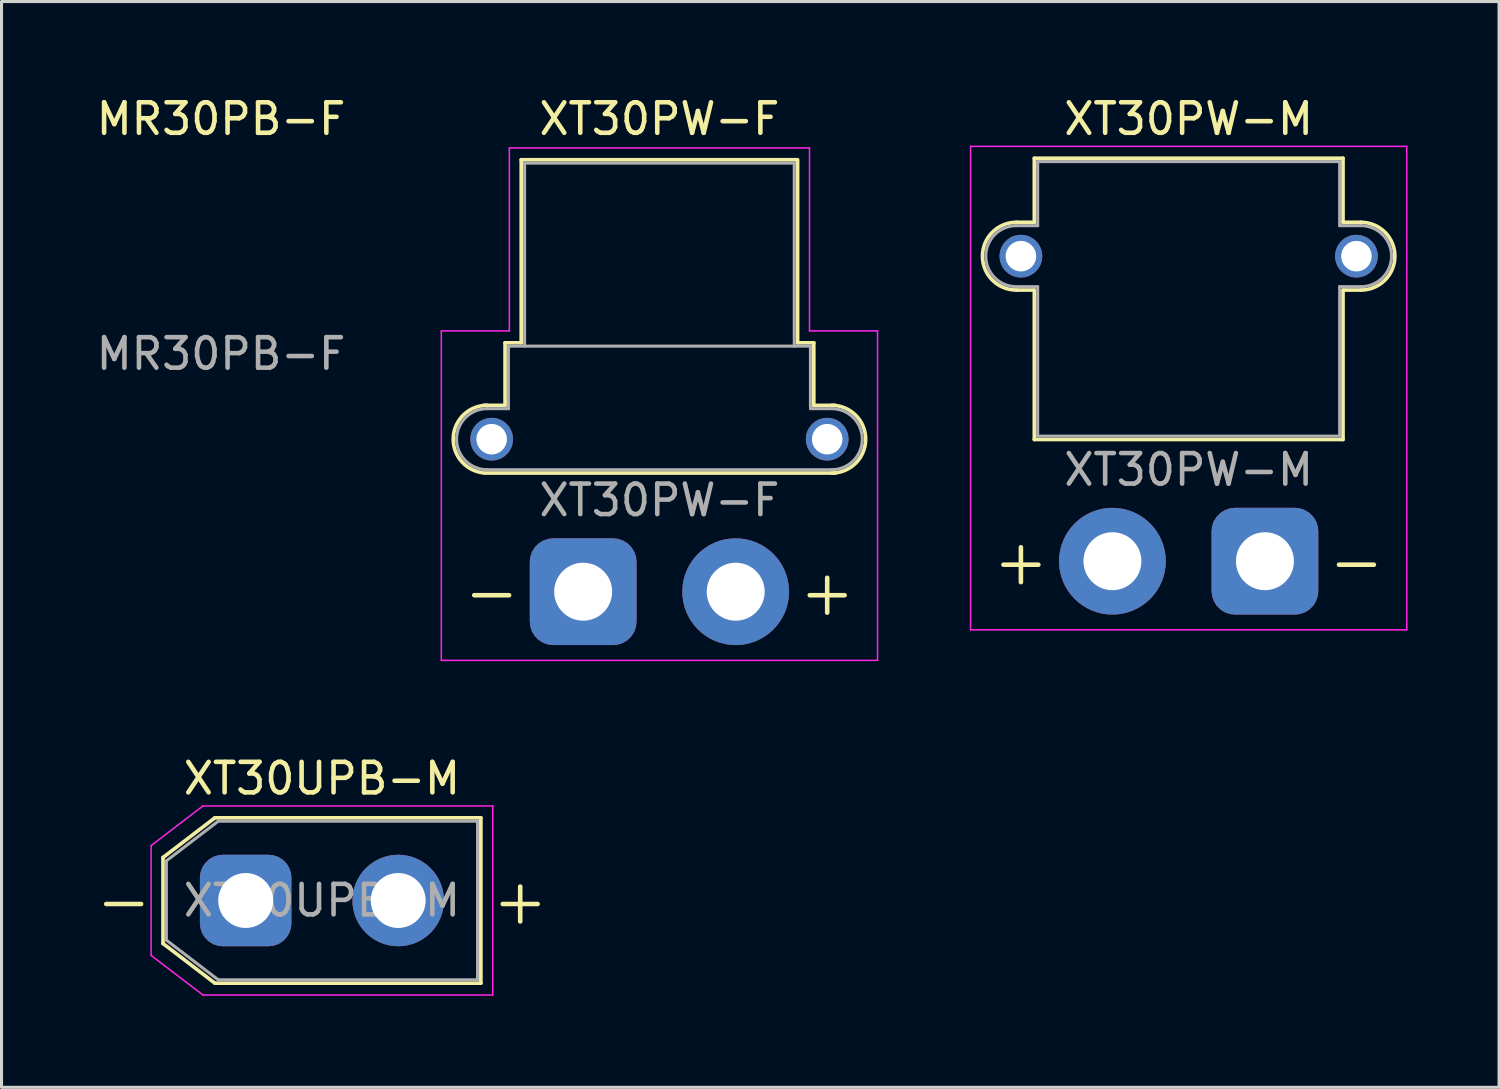
<source format=kicad_pcb>
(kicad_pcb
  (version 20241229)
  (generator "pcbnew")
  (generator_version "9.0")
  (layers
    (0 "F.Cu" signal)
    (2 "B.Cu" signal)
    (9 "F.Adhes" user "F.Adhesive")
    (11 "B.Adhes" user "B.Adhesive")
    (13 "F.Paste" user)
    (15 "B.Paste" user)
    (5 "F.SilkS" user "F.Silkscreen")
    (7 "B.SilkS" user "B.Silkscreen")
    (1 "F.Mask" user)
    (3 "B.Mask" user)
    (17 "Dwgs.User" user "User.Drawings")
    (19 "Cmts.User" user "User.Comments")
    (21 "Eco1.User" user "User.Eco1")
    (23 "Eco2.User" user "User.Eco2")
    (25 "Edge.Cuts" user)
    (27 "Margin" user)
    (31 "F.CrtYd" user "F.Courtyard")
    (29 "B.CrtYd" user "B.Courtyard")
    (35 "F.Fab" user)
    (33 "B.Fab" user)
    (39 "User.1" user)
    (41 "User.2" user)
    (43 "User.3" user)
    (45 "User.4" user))
  (footprint "MR30PB-F"
    (layer "F.Cu")
    (at 4.196 5.648)
    (property "Reference" "MR30PB-F" (at 0 -4.8 0) (unlocked yes) (layer "F.SilkS") (effects (font (size 1 1) (thickness 0.15))))
    (attr through_hole)
    (fp_text user "${REFERENCE}" (at 0 2.9 0) (unlocked yes) (layer "F.Fab") (effects (font (size 1 1) (thickness 0.15)))))
  (footprint "XT30PW-F"
    (layer "F.Cu")
    (at 16.068 16.348)
    (property "Reference" "XT30PW-F" (at 2.5 -15.5 0) (layer "F.SilkS") (effects (font (size 1 1) (thickness 0.15))))
    (attr through_hole)
    (fp_line (start -3.26 -6.11) (end -2.56 -6.11) (stroke (width 0.12) (type solid)) (layer "F.SilkS"))
    (fp_line (start -3.26 -3.89) (end 8.26 -3.89) (stroke (width 0.12) (type solid)) (layer "F.SilkS"))
    (fp_line (start -2.56 -8.16) (end -2.56 -6.11) (stroke (width 0.12) (type solid)) (layer "F.SilkS"))
    (fp_line (start -2.56 -8.16) (end -2.03 -8.16) (stroke (width 0.12) (type solid)) (layer "F.SilkS"))
    (fp_line (start -2.03 -14.16) (end -2.03 -8.16) (stroke (width 0.12) (type solid)) (layer "F.SilkS"))
    (fp_line (start -2.03 -14.16) (end 7 -14.16) (stroke (width 0.12) (type solid)) (layer "F.SilkS"))
    (fp_line (start 7.03 -14.16) (end 7.03 -8.16) (stroke (width 0.12) (type solid)) (layer "F.SilkS"))
    (fp_line (start 7.03 -8.16) (end 7.56 -8.16) (stroke (width 0.12) (type solid)) (layer "F.SilkS"))
    (fp_line (start 7.56 -8.16) (end 7.56 -6.11) (stroke (width 0.12) (type solid)) (layer "F.SilkS"))
    (fp_line (start 7.56 -6.11) (end 8.26 -6.11) (stroke (width 0.12) (type solid)) (layer "F.SilkS"))
    (fp_arc (start -3.321729 -3.903365) (mid -4.256653 -5.086124) (end -3.15 -6.11) (stroke (width 0.12) (type solid)) (layer "F.SilkS"))
    (fp_arc (start 8.15 -6.11) (mid 9.26 -5) (end 8.15 -3.89) (stroke (width 0.12) (type solid)) (layer "F.SilkS"))
    (fp_line (start -4.65 -8.55) (end -4.65 2.25) (stroke (width 0.05) (type solid)) (layer "F.CrtYd"))
    (fp_line (start -4.65 -8.55) (end -2.42 -8.55) (stroke (width 0.05) (type solid)) (layer "F.CrtYd"))
    (fp_line (start -4.65 2.25) (end 9.65 2.25) (stroke (width 0.05) (type solid)) (layer "F.CrtYd"))
    (fp_line (start -2.42 -14.55) (end -2.42 -8.55) (stroke (width 0.05) (type solid)) (layer "F.CrtYd"))
    (fp_line (start -2.42 -14.55) (end 7.42 -14.55) (stroke (width 0.05) (type solid)) (layer "F.CrtYd"))
    (fp_line (start 7.42 -14.55) (end 7.42 -8.55) (stroke (width 0.05) (type solid)) (layer "F.CrtYd"))
    (fp_line (start 7.42 -8.55) (end 9.65 -8.55) (stroke (width 0.05) (type solid)) (layer "F.CrtYd"))
    (fp_line (start 9.65 -8.55) (end 9.65 2.25) (stroke (width 0.05) (type solid)) (layer "F.CrtYd"))
    (fp_line (start -3.15 -6) (end -2.45 -6) (stroke (width 0.1) (type solid)) (layer "F.Fab"))
    (fp_line (start -3.15 -4) (end 8.15 -4) (stroke (width 0.1) (type solid)) (layer "F.Fab"))
    (fp_line (start -2.45 -8.05) (end -2.45 -6) (stroke (width 0.1) (type solid)) (layer "F.Fab"))
    (fp_line (start -2.45 -8.05) (end 7.45 -8.05) (stroke (width 0.1) (type solid)) (layer "F.Fab"))
    (fp_line (start -1.92 -14.05) (end -1.92 -8.05) (stroke (width 0.1) (type solid)) (layer "F.Fab"))
    (fp_line (start -1.92 -14.05) (end 6.92 -14.05) (stroke (width 0.1) (type solid)) (layer "F.Fab"))
    (fp_line (start 6.92 -14.05) (end 6.92 -8.05) (stroke (width 0.1) (type solid)) (layer "F.Fab"))
    (fp_line (start 7.45 -8.05) (end 7.45 -6.05) (stroke (width 0.1) (type solid)) (layer "F.Fab"))
    (fp_line (start 7.45 -6) (end 8.15 -6) (stroke (width 0.1) (type solid)) (layer "F.Fab"))
    (fp_arc (start -3.15 -4) (mid -4.15 -5) (end -3.15 -6) (stroke (width 0.1) (type solid)) (layer "F.Fab"))
    (fp_arc (start 8.15 -6) (mid 9.15 -5) (end 8.15 -4) (stroke (width 0.1) (type solid)) (layer "F.Fab"))
    (fp_text user "-" (at -3 0 0) (layer "F.SilkS") (effects (font (size 1.5 1.5) (thickness 0.15))))
    (fp_text user "+" (at 8 0 0) (layer "F.SilkS") (effects (font (size 1.5 1.5) (thickness 0.15))))
    (fp_text user "${REFERENCE}" (at 2.5 -3 0) (layer "F.Fab") (effects (font (size 1 1) (thickness 0.15))))
    (pad "" thru_hole circle (at -3 -5 90) (size 1.4 1.4) (drill 1) (layers "*.Cu" "*.Mask") (remove_unused_layers yes) (keep_end_layers yes) (zone_layer_connections))
    (pad "" thru_hole circle (at 8 -5) (size 1.4 1.4) (drill 1) (layers "*.Cu" "*.Mask") (remove_unused_layers yes) (keep_end_layers yes) (zone_layer_connections))
    (pad "1" thru_hole roundrect (at 0 0) (size 3.5 3.5) (drill 1.9) (layers "*.Cu" "*.Mask") (remove_unused_layers yes) (keep_end_layers yes) (zone_layer_connections) (roundrect_rratio 0.22))
    (pad "2" thru_hole circle (at 5 0) (size 3.5 3.5) (drill 1.9) (layers "*.Cu" "*.Mask") (remove_unused_layers yes) (keep_end_layers yes) (zone_layer_connections)))
  (footprint "XT30PW-M"
    (layer "F.Cu")
    (at 38.418 15.348)
    (property "Reference" "XT30PW-M" (at -2.5 -14.5 0) (layer "F.SilkS") (effects (font (size 1 1) (thickness 0.15))))
    (attr through_hole)
    (fp_line (start -8.15 -11.11) (end -7.56 -11.11) (stroke (width 0.12) (type solid)) (layer "F.SilkS"))
    (fp_line (start -8.15 -8.89) (end -7.56 -8.89) (stroke (width 0.12) (type solid)) (layer "F.SilkS"))
    (fp_line (start -7.56 -13.21) (end -7.56 -11.11) (stroke (width 0.12) (type solid)) (layer "F.SilkS"))
    (fp_line (start -7.56 -13.21) (end 2.56 -13.21) (stroke (width 0.12) (type solid)) (layer "F.SilkS"))
    (fp_line (start -7.56 -8.89) (end -7.56 -3.99) (stroke (width 0.12) (type solid)) (layer "F.SilkS"))
    (fp_line (start -7.56 -3.99) (end 2.56 -3.99) (stroke (width 0.12) (type solid)) (layer "F.SilkS"))
    (fp_line (start 2.56 -13.21) (end 2.56 -11.11) (stroke (width 0.12) (type solid)) (layer "F.SilkS"))
    (fp_line (start 2.56 -11.11) (end 3.15 -11.11) (stroke (width 0.12) (type solid)) (layer "F.SilkS"))
    (fp_line (start 2.56 -8.89) (end 2.56 -3.99) (stroke (width 0.12) (type solid)) (layer "F.SilkS"))
    (fp_line (start 2.56 -8.89) (end 3.15 -8.89) (stroke (width 0.12) (type solid)) (layer "F.SilkS"))
    (fp_arc (start -8.15 -8.89) (mid -9.26 -10) (end -8.15 -11.11) (stroke (width 0.12) (type solid)) (layer "F.SilkS"))
    (fp_arc (start 3.15 -11.11) (mid 4.26 -10) (end 3.15 -8.89) (stroke (width 0.12) (type solid)) (layer "F.SilkS"))
    (fp_line (start -9.65 -13.6) (end -9.65 2.25) (stroke (width 0.05) (type solid)) (layer "F.CrtYd"))
    (fp_line (start -9.65 -13.6) (end 4.65 -13.6) (stroke (width 0.05) (type solid)) (layer "F.CrtYd"))
    (fp_line (start -9.65 2.25) (end 4.65 2.25) (stroke (width 0.05) (type solid)) (layer "F.CrtYd"))
    (fp_line (start 4.65 -13.6) (end 4.65 2.25) (stroke (width 0.05) (type solid)) (layer "F.CrtYd"))
    (fp_line (start -8.15 -11) (end -7.45 -11) (stroke (width 0.1) (type solid)) (layer "F.Fab"))
    (fp_line (start -8.15 -9) (end -7.45 -9) (stroke (width 0.1) (type solid)) (layer "F.Fab"))
    (fp_line (start -7.45 -13.1) (end -7.45 -11) (stroke (width 0.1) (type solid)) (layer "F.Fab"))
    (fp_line (start -7.45 -13.1) (end 2.45 -13.1) (stroke (width 0.1) (type solid)) (layer "F.Fab"))
    (fp_line (start -7.45 -9) (end -7.45 -4.1) (stroke (width 0.1) (type solid)) (layer "F.Fab"))
    (fp_line (start -7.45 -4.1) (end 2.45 -4.1) (stroke (width 0.1) (type solid)) (layer "F.Fab"))
    (fp_line (start 2.45 -13.1) (end 2.45 -11) (stroke (width 0.1) (type solid)) (layer "F.Fab"))
    (fp_line (start 2.45 -11) (end 3.15 -11) (stroke (width 0.1) (type solid)) (layer "F.Fab"))
    (fp_line (start 2.45 -9) (end 2.45 -4.1) (stroke (width 0.1) (type solid)) (layer "F.Fab"))
    (fp_line (start 2.45 -9) (end 3.15 -9) (stroke (width 0.1) (type solid)) (layer "F.Fab"))
    (fp_arc (start -8.15 -9) (mid -9.15 -10) (end -8.15 -11) (stroke (width 0.1) (type solid)) (layer "F.Fab"))
    (fp_arc (start 3.15 -11) (mid 4.15 -10) (end 3.15 -9) (stroke (width 0.1) (type solid)) (layer "F.Fab"))
    (fp_text user "-" (at 3 0 0) (layer "F.SilkS") (effects (font (size 1.5 1.5) (thickness 0.15))))
    (fp_text user "+" (at -8 0 0) (layer "F.SilkS") (effects (font (size 1.5 1.5) (thickness 0.15))))
    (fp_text user "${REFERENCE}" (at -2.5 -3 0) (layer "F.Fab") (effects (font (size 1 1) (thickness 0.15))))
    (pad "" thru_hole circle (at -8 -10) (size 1.4 1.4) (drill 1) (layers "*.Cu" "*.Mask") (remove_unused_layers yes) (keep_end_layers yes) (zone_layer_connections))
    (pad "" thru_hole circle (at 3 -10) (size 1.4 1.4) (drill 1) (layers "*.Cu" "*.Mask") (remove_unused_layers yes) (keep_end_layers yes) (zone_layer_connections))
    (pad "1" thru_hole roundrect (at 0 0) (size 3.5 3.5) (drill 1.9) (layers "*.Cu" "*.Mask") (remove_unused_layers yes) (keep_end_layers yes) (zone_layer_connections) (roundrect_rratio 0.22))
    (pad "2" thru_hole circle (at -5 0) (size 3.5 3.5) (drill 1.9) (layers "*.Cu" "*.Mask") (remove_unused_layers yes) (keep_end_layers yes) (zone_layer_connections)))
  (footprint "XT30UPB-M"
    (layer "F.Cu")
    (at 5.004 26.471)
    (property "Reference" "XT30UPB-M" (at 2.5 -4 0) (layer "F.SilkS") (effects (font (size 1 1) (thickness 0.15))))
    (attr through_hole)
    (fp_line (start -2.71 -1.41) (end -2.71 1.41) (stroke (width 0.12) (type solid)) (layer "F.SilkS"))
    (fp_line (start -2.71 -1.41) (end -1.01 -2.71) (stroke (width 0.12) (type solid)) (layer "F.SilkS"))
    (fp_line (start -2.71 1.41) (end -1.01 2.71) (stroke (width 0.12) (type solid)) (layer "F.SilkS"))
    (fp_line (start -1.01 -2.71) (end 7.71 -2.71) (stroke (width 0.12) (type solid)) (layer "F.SilkS"))
    (fp_line (start -1.01 2.71) (end 7.71 2.71) (stroke (width 0.12) (type solid)) (layer "F.SilkS"))
    (fp_line (start 7.71 -2.71) (end 7.71 2.71) (stroke (width 0.12) (type solid)) (layer "F.SilkS"))
    (fp_line (start -3.1 -1.8) (end -3.1 1.8) (stroke (width 0.05) (type solid)) (layer "F.CrtYd"))
    (fp_line (start -3.1 -1.8) (end -1.4 -3.1) (stroke (width 0.05) (type solid)) (layer "F.CrtYd"))
    (fp_line (start -3.1 1.8) (end -1.4 3.1) (stroke (width 0.05) (type solid)) (layer "F.CrtYd"))
    (fp_line (start -1.4 -3.1) (end 8.1 -3.1) (stroke (width 0.05) (type solid)) (layer "F.CrtYd"))
    (fp_line (start -1.4 3.1) (end 8.1 3.1) (stroke (width 0.05) (type solid)) (layer "F.CrtYd"))
    (fp_line (start 8.1 -3.1) (end 8.1 3.1) (stroke (width 0.05) (type solid)) (layer "F.CrtYd"))
    (fp_line (start -2.6 -1.3) (end -2.6 1.3) (stroke (width 0.1) (type solid)) (layer "F.Fab"))
    (fp_line (start -2.6 -1.3) (end -0.9 -2.6) (stroke (width 0.1) (type solid)) (layer "F.Fab"))
    (fp_line (start -2.6 1.3) (end -0.9 2.6) (stroke (width 0.1) (type solid)) (layer "F.Fab"))
    (fp_line (start -0.9 -2.6) (end 7.6 -2.6) (stroke (width 0.1) (type solid)) (layer "F.Fab"))
    (fp_line (start -0.9 2.6) (end 7.6 2.6) (stroke (width 0.1) (type solid)) (layer "F.Fab"))
    (fp_line (start 7.6 -2.6) (end 7.6 2.6) (stroke (width 0.1) (type solid)) (layer "F.Fab"))
    (fp_text user "-" (at -4 0 0) (layer "F.SilkS") (effects (font (size 1.5 1.5) (thickness 0.15))))
    (fp_text user "+" (at 9 0 0) (layer "F.SilkS") (effects (font (size 1.5 1.5) (thickness 0.15))))
    (fp_text user "${REFERENCE}" (at 2.5 0 0) (layer "F.Fab") (effects (font (size 1 1) (thickness 0.15))))
    (pad "1" thru_hole roundrect (at 0 0) (size 3 3) (drill 1.8) (layers "*.Cu" "*.Mask") (remove_unused_layers yes) (keep_end_layers yes) (zone_layer_connections) (roundrect_rratio 0.25))
    (pad "2" thru_hole circle (at 5 0) (size 3 3) (drill 1.8) (layers "*.Cu" "*.Mask") (remove_unused_layers yes) (keep_end_layers yes) (zone_layer_connections)))
  (gr_rect
    (start -3 -3)
    (end 46.093 32.596)
    (stroke (width 0.1) (type default))
    (fill no)
    (layer "Edge.Cuts")))
</source>
